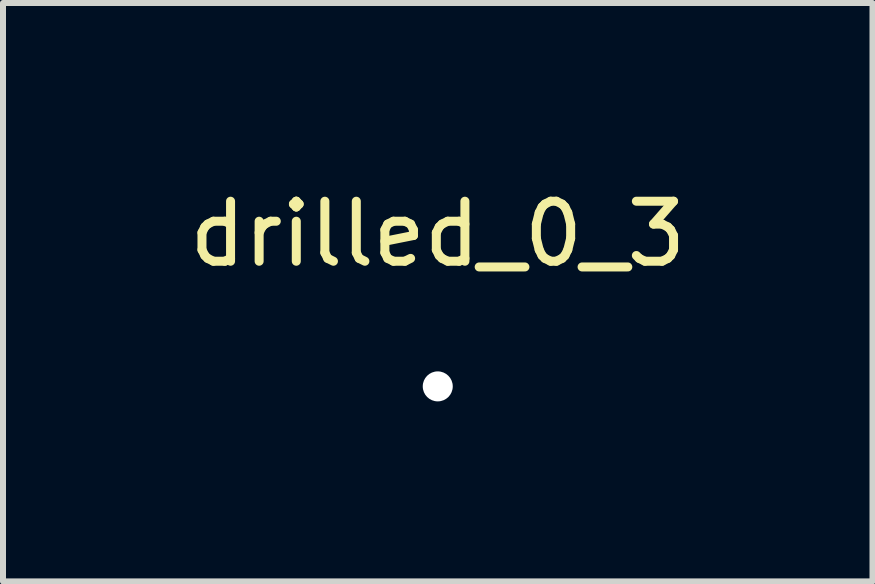
<source format=kicad_pcb>
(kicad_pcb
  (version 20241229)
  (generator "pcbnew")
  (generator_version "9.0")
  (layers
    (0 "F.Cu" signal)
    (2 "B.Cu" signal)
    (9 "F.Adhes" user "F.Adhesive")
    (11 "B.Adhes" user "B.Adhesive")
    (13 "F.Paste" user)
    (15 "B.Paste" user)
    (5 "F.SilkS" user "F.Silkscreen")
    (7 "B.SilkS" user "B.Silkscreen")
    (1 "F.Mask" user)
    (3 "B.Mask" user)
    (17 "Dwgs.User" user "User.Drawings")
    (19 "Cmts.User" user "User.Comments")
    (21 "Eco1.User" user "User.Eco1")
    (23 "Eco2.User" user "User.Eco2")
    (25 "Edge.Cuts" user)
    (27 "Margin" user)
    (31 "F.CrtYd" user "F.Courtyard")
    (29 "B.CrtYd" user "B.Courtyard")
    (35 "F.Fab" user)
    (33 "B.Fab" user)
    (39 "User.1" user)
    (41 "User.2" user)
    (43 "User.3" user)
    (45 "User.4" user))
  (footprint "drilled_0_3"
    (layer "F.Cu")
    (at 4.244 3.388)
    (property "Reference" "drilled_0_3" (at 0 -2.54 0) (unlocked yes) (layer "F.SilkS") (effects (font (size 1 1) (thickness 0.15))))
    (attr through_hole)
    (pad "" np_thru_hole circle (at 0 0) (size 0.5 0.5) (drill 0.5) (layers "*.Cu" "*.Mask")))
  (gr_rect
    (start -3 -3)
    (end 11.488 6.638)
    (stroke (width 0.1) (type default))
    (fill no)
    (layer "Edge.Cuts")))
</source>
